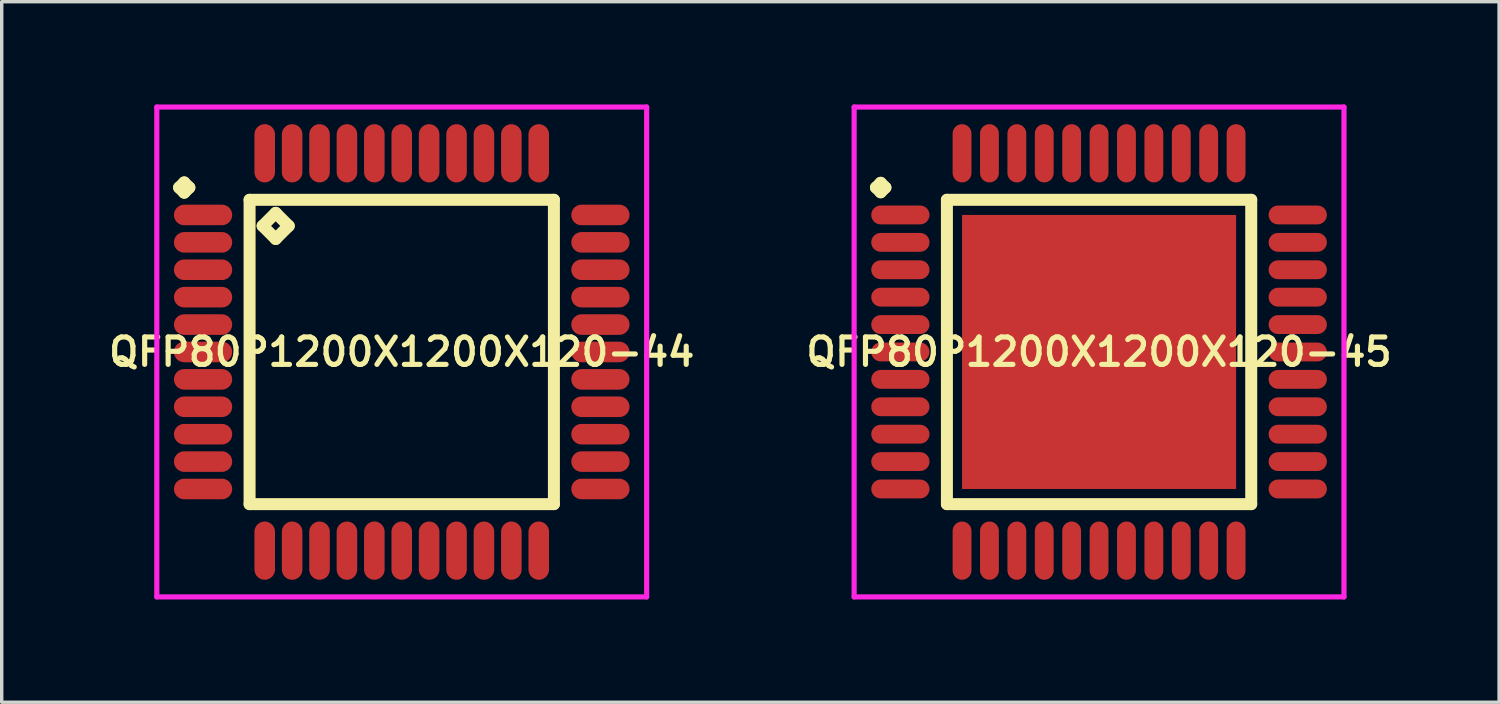
<source format=kicad_pcb>
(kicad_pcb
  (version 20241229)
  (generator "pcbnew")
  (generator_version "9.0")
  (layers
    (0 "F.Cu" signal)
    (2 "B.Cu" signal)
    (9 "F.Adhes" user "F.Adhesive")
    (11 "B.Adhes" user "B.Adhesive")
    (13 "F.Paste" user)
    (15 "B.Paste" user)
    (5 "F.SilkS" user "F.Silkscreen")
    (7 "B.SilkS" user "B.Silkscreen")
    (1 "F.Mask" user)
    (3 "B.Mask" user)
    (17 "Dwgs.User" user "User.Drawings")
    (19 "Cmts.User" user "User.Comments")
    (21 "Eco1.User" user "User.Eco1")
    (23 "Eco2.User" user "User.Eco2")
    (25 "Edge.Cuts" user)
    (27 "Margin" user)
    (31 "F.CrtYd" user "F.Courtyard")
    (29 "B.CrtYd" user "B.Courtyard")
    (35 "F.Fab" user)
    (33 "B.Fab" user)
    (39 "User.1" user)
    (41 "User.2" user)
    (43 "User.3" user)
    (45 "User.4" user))
  (footprint "QFP80P1200X1200X120-44"
    (layer "F.Cu")
    (at 8.678 7.225)
    (property "Reference" "QFP80P1200X1200X120-44" (at 0 0 0) (layer "F.SilkS") (effects (font (size 0.8 0.8) (thickness 0.15))))
    (attr smd)
    (fp_line (start -6.5 -4.8) (end -6.35 -4.95) (stroke (width 0.35) (type solid)) (layer "F.SilkS"))
    (fp_line (start -6.35 -4.95) (end -6.2 -4.8) (stroke (width 0.35) (type solid)) (layer "F.SilkS"))
    (fp_line (start -6.35 -4.65) (end -6.5 -4.8) (stroke (width 0.35) (type solid)) (layer "F.SilkS"))
    (fp_line (start -6.2 -4.8) (end -6.35 -4.65) (stroke (width 0.35) (type solid)) (layer "F.SilkS"))
    (fp_line (start -4.442 -4.442) (end -4.442 4.442) (stroke (width 0.35) (type solid)) (layer "F.SilkS"))
    (fp_line (start -4.442 4.442) (end 4.442 4.442) (stroke (width 0.35) (type solid)) (layer "F.SilkS"))
    (fp_line (start -4.061 -3.68) (end -3.68 -4.061) (stroke (width 0.35) (type solid)) (layer "F.SilkS"))
    (fp_line (start -3.68 -4.061) (end -3.299 -3.68) (stroke (width 0.35) (type solid)) (layer "F.SilkS"))
    (fp_line (start -3.68 -3.299) (end -4.061 -3.68) (stroke (width 0.35) (type solid)) (layer "F.SilkS"))
    (fp_line (start -3.299 -3.68) (end -3.68 -3.299) (stroke (width 0.35) (type solid)) (layer "F.SilkS"))
    (fp_line (start 4.442 -4.442) (end -4.442 -4.442) (stroke (width 0.35) (type solid)) (layer "F.SilkS"))
    (fp_line (start 4.442 4.442) (end 4.442 -4.442) (stroke (width 0.35) (type solid)) (layer "F.SilkS"))
    (fp_line (start -7.15 -7.15) (end 7.15 -7.15) (stroke (width 0.15) (type solid)) (layer "F.CrtYd"))
    (fp_line (start -7.15 7.15) (end -7.15 -7.15) (stroke (width 0.15) (type solid)) (layer "F.CrtYd"))
    (fp_line (start 7.15 -7.15) (end 7.15 7.15) (stroke (width 0.15) (type solid)) (layer "F.CrtYd"))
    (fp_line (start 7.15 7.15) (end -7.15 7.15) (stroke (width 0.15) (type solid)) (layer "F.CrtYd"))
    (pad "1" smd oval (at -5.8 -4) (size 1.7 0.6) (layers "F.Cu" "F.Mask" "F.Paste"))
    (pad "2" smd oval (at -5.8 -3.2) (size 1.7 0.6) (layers "F.Cu" "F.Mask" "F.Paste"))
    (pad "3" smd oval (at -5.8 -2.4) (size 1.7 0.6) (layers "F.Cu" "F.Mask" "F.Paste"))
    (pad "4" smd oval (at -5.8 -1.6) (size 1.7 0.6) (layers "F.Cu" "F.Mask" "F.Paste"))
    (pad "5" smd oval (at -5.8 -0.8) (size 1.7 0.6) (layers "F.Cu" "F.Mask" "F.Paste"))
    (pad "6" smd oval (at -5.8 0) (size 1.7 0.6) (layers "F.Cu" "F.Mask" "F.Paste"))
    (pad "7" smd oval (at -5.8 0.8) (size 1.7 0.6) (layers "F.Cu" "F.Mask" "F.Paste"))
    (pad "8" smd oval (at -5.8 1.6) (size 1.7 0.6) (layers "F.Cu" "F.Mask" "F.Paste"))
    (pad "9" smd oval (at -5.8 2.4) (size 1.7 0.6) (layers "F.Cu" "F.Mask" "F.Paste"))
    (pad "10" smd oval (at -5.8 3.2) (size 1.7 0.6) (layers "F.Cu" "F.Mask" "F.Paste"))
    (pad "11" smd oval (at -5.8 4) (size 1.7 0.6) (layers "F.Cu" "F.Mask" "F.Paste"))
    (pad "12" smd oval (at -4 5.8) (size 0.6 1.7) (layers "F.Cu" "F.Mask" "F.Paste"))
    (pad "13" smd oval (at -3.2 5.8) (size 0.6 1.7) (layers "F.Cu" "F.Mask" "F.Paste"))
    (pad "14" smd oval (at -2.4 5.8) (size 0.6 1.7) (layers "F.Cu" "F.Mask" "F.Paste"))
    (pad "15" smd oval (at -1.6 5.8) (size 0.6 1.7) (layers "F.Cu" "F.Mask" "F.Paste"))
    (pad "16" smd oval (at -0.8 5.8) (size 0.6 1.7) (layers "F.Cu" "F.Mask" "F.Paste"))
    (pad "17" smd oval (at 0 5.8) (size 0.6 1.7) (layers "F.Cu" "F.Mask" "F.Paste"))
    (pad "18" smd oval (at 0.8 5.8) (size 0.6 1.7) (layers "F.Cu" "F.Mask" "F.Paste"))
    (pad "19" smd oval (at 1.6 5.8) (size 0.6 1.7) (layers "F.Cu" "F.Mask" "F.Paste"))
    (pad "20" smd oval (at 2.4 5.8) (size 0.6 1.7) (layers "F.Cu" "F.Mask" "F.Paste"))
    (pad "21" smd oval (at 3.2 5.8) (size 0.6 1.7) (layers "F.Cu" "F.Mask" "F.Paste"))
    (pad "22" smd oval (at 4 5.8) (size 0.6 1.7) (layers "F.Cu" "F.Mask" "F.Paste"))
    (pad "23" smd oval (at 5.8 4) (size 1.7 0.6) (layers "F.Cu" "F.Mask" "F.Paste"))
    (pad "24" smd oval (at 5.8 3.2) (size 1.7 0.6) (layers "F.Cu" "F.Mask" "F.Paste"))
    (pad "25" smd oval (at 5.8 2.4) (size 1.7 0.6) (layers "F.Cu" "F.Mask" "F.Paste"))
    (pad "26" smd oval (at 5.8 1.6) (size 1.7 0.6) (layers "F.Cu" "F.Mask" "F.Paste"))
    (pad "27" smd oval (at 5.8 0.8) (size 1.7 0.6) (layers "F.Cu" "F.Mask" "F.Paste"))
    (pad "28" smd oval (at 5.8 0) (size 1.7 0.6) (layers "F.Cu" "F.Mask" "F.Paste"))
    (pad "29" smd oval (at 5.8 -0.8) (size 1.7 0.6) (layers "F.Cu" "F.Mask" "F.Paste"))
    (pad "30" smd oval (at 5.8 -1.6) (size 1.7 0.6) (layers "F.Cu" "F.Mask" "F.Paste"))
    (pad "31" smd oval (at 5.8 -2.4) (size 1.7 0.6) (layers "F.Cu" "F.Mask" "F.Paste"))
    (pad "32" smd oval (at 5.8 -3.2) (size 1.7 0.6) (layers "F.Cu" "F.Mask" "F.Paste"))
    (pad "33" smd oval (at 5.8 -4) (size 1.7 0.6) (layers "F.Cu" "F.Mask" "F.Paste"))
    (pad "34" smd oval (at 4 -5.8) (size 0.6 1.7) (layers "F.Cu" "F.Mask" "F.Paste"))
    (pad "35" smd oval (at 3.2 -5.8) (size 0.6 1.7) (layers "F.Cu" "F.Mask" "F.Paste"))
    (pad "36" smd oval (at 2.4 -5.8) (size 0.6 1.7) (layers "F.Cu" "F.Mask" "F.Paste"))
    (pad "37" smd oval (at 1.6 -5.8) (size 0.6 1.7) (layers "F.Cu" "F.Mask" "F.Paste"))
    (pad "38" smd oval (at 0.8 -5.8) (size 0.6 1.7) (layers "F.Cu" "F.Mask" "F.Paste"))
    (pad "39" smd oval (at 0 -5.8) (size 0.6 1.7) (layers "F.Cu" "F.Mask" "F.Paste"))
    (pad "40" smd oval (at -0.8 -5.8) (size 0.6 1.7) (layers "F.Cu" "F.Mask" "F.Paste"))
    (pad "41" smd oval (at -1.6 -5.8) (size 0.6 1.7) (layers "F.Cu" "F.Mask" "F.Paste"))
    (pad "42" smd oval (at -2.4 -5.8) (size 0.6 1.7) (layers "F.Cu" "F.Mask" "F.Paste"))
    (pad "43" smd oval (at -3.2 -5.8) (size 0.6 1.7) (layers "F.Cu" "F.Mask" "F.Paste"))
    (pad "44" smd oval (at -4 -5.8) (size 0.6 1.7) (layers "F.Cu" "F.Mask" "F.Paste")))
  (footprint "QFP80P1200X1200X120-45"
    (layer "F.Cu")
    (at 29.035 7.225)
    (property "Reference" "QFP80P1200X1200X120-45" (at 0 0 0) (layer "F.SilkS") (effects (font (size 0.8 0.8) (thickness 0.15))))
    (attr smd)
    (fp_line (start -6.513 -4.8) (end -6.375 -4.938) (stroke (width 0.35) (type solid)) (layer "F.SilkS"))
    (fp_line (start -6.375 -4.938) (end -6.237 -4.8) (stroke (width 0.35) (type solid)) (layer "F.SilkS"))
    (fp_line (start -6.375 -4.662) (end -6.513 -4.8) (stroke (width 0.35) (type solid)) (layer "F.SilkS"))
    (fp_line (start -6.237 -4.8) (end -6.375 -4.662) (stroke (width 0.35) (type solid)) (layer "F.SilkS"))
    (fp_line (start -4.442 -4.442) (end -4.442 4.442) (stroke (width 0.35) (type solid)) (layer "F.SilkS"))
    (fp_line (start -4.442 4.442) (end 4.442 4.442) (stroke (width 0.35) (type solid)) (layer "F.SilkS"))
    (fp_line (start 4.442 -4.442) (end -4.442 -4.442) (stroke (width 0.35) (type solid)) (layer "F.SilkS"))
    (fp_line (start 4.442 4.442) (end 4.442 -4.442) (stroke (width 0.35) (type solid)) (layer "F.SilkS"))
    (fp_line (start -7.15 -7.15) (end 7.15 -7.15) (stroke (width 0.15) (type solid)) (layer "F.CrtYd"))
    (fp_line (start -7.15 7.15) (end -7.15 -7.15) (stroke (width 0.15) (type solid)) (layer "F.CrtYd"))
    (fp_line (start 7.15 -7.15) (end 7.15 7.15) (stroke (width 0.15) (type solid)) (layer "F.CrtYd"))
    (fp_line (start 7.15 7.15) (end -7.15 7.15) (stroke (width 0.15) (type solid)) (layer "F.CrtYd"))
    (pad "1" smd oval (at -5.8 -4) (size 1.7 0.55) (layers "F.Cu" "F.Mask" "F.Paste"))
    (pad "2" smd oval (at -5.8 -3.2) (size 1.7 0.55) (layers "F.Cu" "F.Mask" "F.Paste"))
    (pad "3" smd oval (at -5.8 -2.4) (size 1.7 0.55) (layers "F.Cu" "F.Mask" "F.Paste"))
    (pad "4" smd oval (at -5.8 -1.6) (size 1.7 0.55) (layers "F.Cu" "F.Mask" "F.Paste"))
    (pad "5" smd oval (at -5.8 -0.8) (size 1.7 0.55) (layers "F.Cu" "F.Mask" "F.Paste"))
    (pad "6" smd oval (at -5.8 0) (size 1.7 0.55) (layers "F.Cu" "F.Mask" "F.Paste"))
    (pad "7" smd oval (at -5.8 0.8) (size 1.7 0.55) (layers "F.Cu" "F.Mask" "F.Paste"))
    (pad "8" smd oval (at -5.8 1.6) (size 1.7 0.55) (layers "F.Cu" "F.Mask" "F.Paste"))
    (pad "9" smd oval (at -5.8 2.4) (size 1.7 0.55) (layers "F.Cu" "F.Mask" "F.Paste"))
    (pad "10" smd oval (at -5.8 3.2) (size 1.7 0.55) (layers "F.Cu" "F.Mask" "F.Paste"))
    (pad "11" smd oval (at -5.8 4) (size 1.7 0.55) (layers "F.Cu" "F.Mask" "F.Paste"))
    (pad "12" smd oval (at -4 5.8) (size 0.55 1.7) (layers "F.Cu" "F.Mask" "F.Paste"))
    (pad "13" smd oval (at -3.2 5.8) (size 0.55 1.7) (layers "F.Cu" "F.Mask" "F.Paste"))
    (pad "14" smd oval (at -2.4 5.8) (size 0.55 1.7) (layers "F.Cu" "F.Mask" "F.Paste"))
    (pad "15" smd oval (at -1.6 5.8) (size 0.55 1.7) (layers "F.Cu" "F.Mask" "F.Paste"))
    (pad "16" smd oval (at -0.8 5.8) (size 0.55 1.7) (layers "F.Cu" "F.Mask" "F.Paste"))
    (pad "17" smd oval (at 0 5.8) (size 0.55 1.7) (layers "F.Cu" "F.Mask" "F.Paste"))
    (pad "18" smd oval (at 0.8 5.8) (size 0.55 1.7) (layers "F.Cu" "F.Mask" "F.Paste"))
    (pad "19" smd oval (at 1.6 5.8) (size 0.55 1.7) (layers "F.Cu" "F.Mask" "F.Paste"))
    (pad "20" smd oval (at 2.4 5.8) (size 0.55 1.7) (layers "F.Cu" "F.Mask" "F.Paste"))
    (pad "21" smd oval (at 3.2 5.8) (size 0.55 1.7) (layers "F.Cu" "F.Mask" "F.Paste"))
    (pad "22" smd oval (at 4 5.8) (size 0.55 1.7) (layers "F.Cu" "F.Mask" "F.Paste"))
    (pad "23" smd oval (at 5.8 4) (size 1.7 0.55) (layers "F.Cu" "F.Mask" "F.Paste"))
    (pad "24" smd oval (at 5.8 3.2) (size 1.7 0.55) (layers "F.Cu" "F.Mask" "F.Paste"))
    (pad "25" smd oval (at 5.8 2.4) (size 1.7 0.55) (layers "F.Cu" "F.Mask" "F.Paste"))
    (pad "26" smd oval (at 5.8 1.6) (size 1.7 0.55) (layers "F.Cu" "F.Mask" "F.Paste"))
    (pad "27" smd oval (at 5.8 0.8) (size 1.7 0.55) (layers "F.Cu" "F.Mask" "F.Paste"))
    (pad "28" smd oval (at 5.8 0) (size 1.7 0.55) (layers "F.Cu" "F.Mask" "F.Paste"))
    (pad "29" smd oval (at 5.8 -0.8) (size 1.7 0.55) (layers "F.Cu" "F.Mask" "F.Paste"))
    (pad "30" smd oval (at 5.8 -1.6) (size 1.7 0.55) (layers "F.Cu" "F.Mask" "F.Paste"))
    (pad "31" smd oval (at 5.8 -2.4) (size 1.7 0.55) (layers "F.Cu" "F.Mask" "F.Paste"))
    (pad "32" smd oval (at 5.8 -3.2) (size 1.7 0.55) (layers "F.Cu" "F.Mask" "F.Paste"))
    (pad "33" smd oval (at 5.8 -4) (size 1.7 0.55) (layers "F.Cu" "F.Mask" "F.Paste"))
    (pad "34" smd oval (at 4 -5.8) (size 0.55 1.7) (layers "F.Cu" "F.Mask" "F.Paste"))
    (pad "35" smd oval (at 3.2 -5.8) (size 0.55 1.7) (layers "F.Cu" "F.Mask" "F.Paste"))
    (pad "36" smd oval (at 2.4 -5.8) (size 0.55 1.7) (layers "F.Cu" "F.Mask" "F.Paste"))
    (pad "37" smd oval (at 1.6 -5.8) (size 0.55 1.7) (layers "F.Cu" "F.Mask" "F.Paste"))
    (pad "38" smd oval (at 0.8 -5.8) (size 0.55 1.7) (layers "F.Cu" "F.Mask" "F.Paste"))
    (pad "39" smd oval (at 0 -5.8) (size 0.55 1.7) (layers "F.Cu" "F.Mask" "F.Paste"))
    (pad "40" smd oval (at -0.8 -5.8) (size 0.55 1.7) (layers "F.Cu" "F.Mask" "F.Paste"))
    (pad "41" smd oval (at -1.6 -5.8) (size 0.55 1.7) (layers "F.Cu" "F.Mask" "F.Paste"))
    (pad "42" smd oval (at -2.4 -5.8) (size 0.55 1.7) (layers "F.Cu" "F.Mask" "F.Paste"))
    (pad "43" smd oval (at -3.2 -5.8) (size 0.55 1.7) (layers "F.Cu" "F.Mask" "F.Paste"))
    (pad "44" smd oval (at -4 -5.8) (size 0.55 1.7) (layers "F.Cu" "F.Mask" "F.Paste"))
    (pad "45" smd rect (at 0 0) (size 8 8) (layers "F.Cu" "F.Mask" "F.Paste")))
  (gr_rect
    (start -3 -3)
    (end 40.713 17.45)
    (stroke (width 0.1) (type default))
    (fill no)
    (layer "Edge.Cuts")))
</source>
